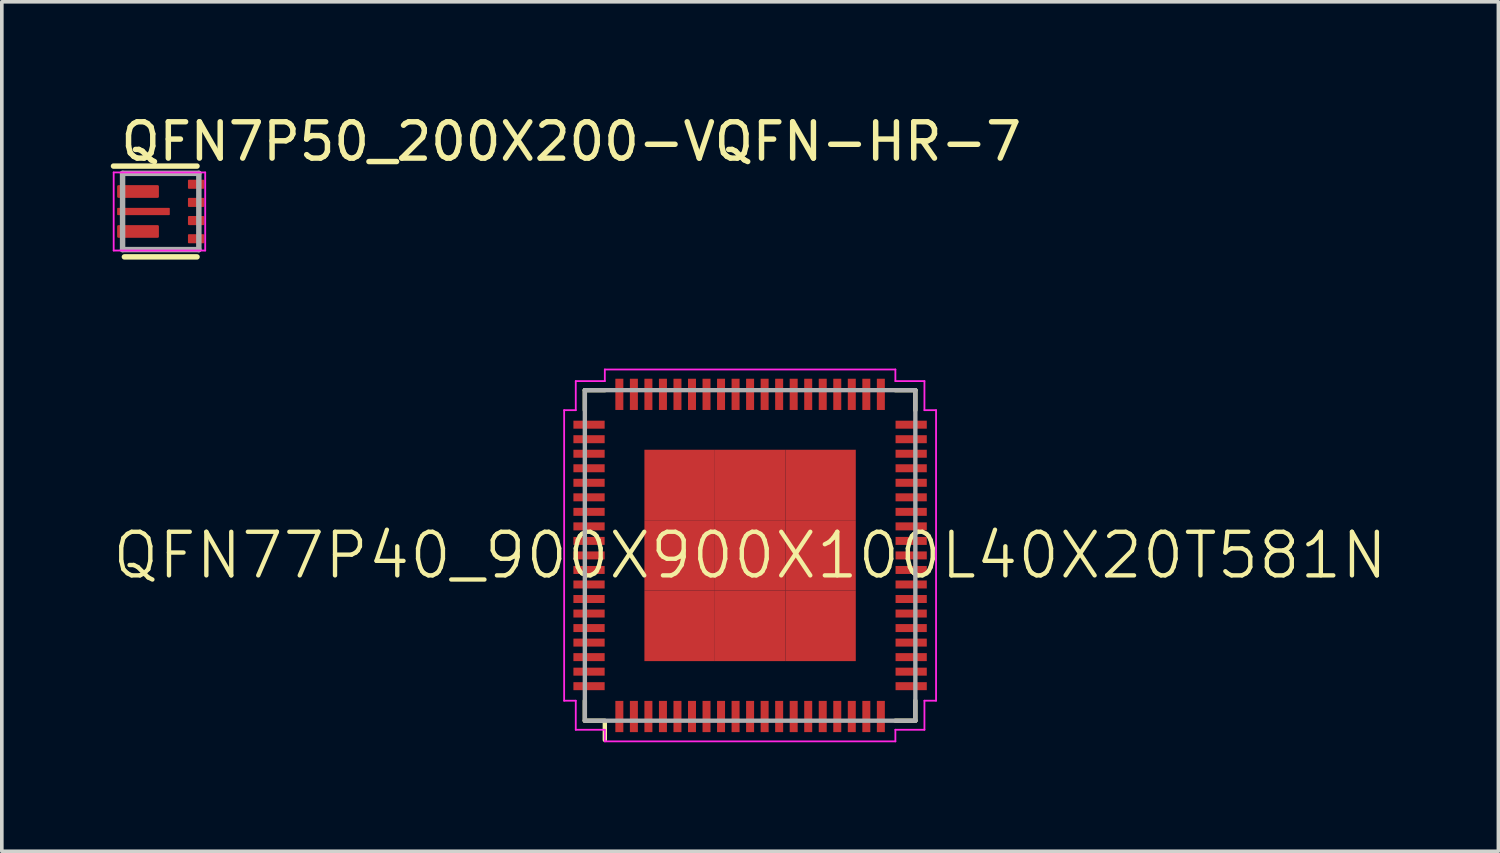
<source format=kicad_pcb>
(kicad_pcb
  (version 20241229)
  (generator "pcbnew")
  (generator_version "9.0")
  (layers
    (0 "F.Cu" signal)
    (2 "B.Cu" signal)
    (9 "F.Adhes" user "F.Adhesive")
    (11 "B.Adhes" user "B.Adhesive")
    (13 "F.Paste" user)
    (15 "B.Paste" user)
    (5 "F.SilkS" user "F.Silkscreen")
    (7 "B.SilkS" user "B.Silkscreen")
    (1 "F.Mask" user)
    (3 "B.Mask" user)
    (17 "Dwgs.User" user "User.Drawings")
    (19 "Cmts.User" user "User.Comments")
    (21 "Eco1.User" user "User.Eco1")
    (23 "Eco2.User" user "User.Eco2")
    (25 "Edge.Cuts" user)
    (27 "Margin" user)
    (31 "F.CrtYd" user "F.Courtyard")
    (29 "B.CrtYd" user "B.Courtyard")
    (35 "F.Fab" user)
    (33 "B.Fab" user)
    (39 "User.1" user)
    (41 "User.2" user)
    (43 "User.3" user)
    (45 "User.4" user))
  (footprint "QFN77P40_900X900X100L40X20T581N"
    (layer "F.Cu")
    (at 17.603 12.243)
    (property "Reference" "QFN77P40_900X900X100L40X20T581N" (at 0 0 0) (layer "F.SilkS") (effects (font (size 1.2 1.2) (thickness 0.12))))
    (attr smd)
    (fp_line (start -4.55 -4.55) (end -4.55 -4) (stroke (width 0.12) (type solid)) (layer "F.SilkS"))
    (fp_line (start -4.55 4.55) (end -4.55 4) (stroke (width 0.12) (type solid)) (layer "F.SilkS"))
    (fp_line (start -4 -4.55) (end -4.55 -4.55) (stroke (width 0.12) (type solid)) (layer "F.SilkS"))
    (fp_line (start -4 4.55) (end -4.55 4.55) (stroke (width 0.12) (type solid)) (layer "F.SilkS"))
    (fp_line (start -4 4.572) (end -4 5.08) (stroke (width 0.12) (type solid)) (layer "F.SilkS"))
    (fp_line (start 4 -4.55) (end 4.55 -4.55) (stroke (width 0.12) (type solid)) (layer "F.SilkS"))
    (fp_line (start 4 4.55) (end 4.55 4.55) (stroke (width 0.12) (type solid)) (layer "F.SilkS"))
    (fp_line (start 4.55 -4.55) (end 4.55 -4) (stroke (width 0.12) (type solid)) (layer "F.SilkS"))
    (fp_line (start 4.55 4.55) (end 4.55 4) (stroke (width 0.12) (type solid)) (layer "F.SilkS"))
    (fp_line (start -5.12 -4) (end -5.12 4) (stroke (width 0.05) (type solid)) (layer "F.CrtYd"))
    (fp_line (start -5.12 4) (end -4.8 4) (stroke (width 0.05) (type solid)) (layer "F.CrtYd"))
    (fp_line (start -4.8 -4.8) (end -4.8 -4) (stroke (width 0.05) (type solid)) (layer "F.CrtYd"))
    (fp_line (start -4.8 -4) (end -5.12 -4) (stroke (width 0.05) (type solid)) (layer "F.CrtYd"))
    (fp_line (start -4.8 4) (end -4.8 4.8) (stroke (width 0.05) (type solid)) (layer "F.CrtYd"))
    (fp_line (start -4.8 4.8) (end -4 4.8) (stroke (width 0.05) (type solid)) (layer "F.CrtYd"))
    (fp_line (start -4 -5.12) (end -4 -4.8) (stroke (width 0.05) (type solid)) (layer "F.CrtYd"))
    (fp_line (start -4 -4.8) (end -4.8 -4.8) (stroke (width 0.05) (type solid)) (layer "F.CrtYd"))
    (fp_line (start -4 4.8) (end -4 5.12) (stroke (width 0.05) (type solid)) (layer "F.CrtYd"))
    (fp_line (start -4 5.12) (end 4 5.12) (stroke (width 0.05) (type solid)) (layer "F.CrtYd"))
    (fp_line (start 4 -5.12) (end -4 -5.12) (stroke (width 0.05) (type solid)) (layer "F.CrtYd"))
    (fp_line (start 4 -4.8) (end 4 -5.12) (stroke (width 0.05) (type solid)) (layer "F.CrtYd"))
    (fp_line (start 4 4.8) (end 4.8 4.8) (stroke (width 0.05) (type solid)) (layer "F.CrtYd"))
    (fp_line (start 4 5.12) (end 4 4.8) (stroke (width 0.05) (type solid)) (layer "F.CrtYd"))
    (fp_line (start 4.8 -4.8) (end 4 -4.8) (stroke (width 0.05) (type solid)) (layer "F.CrtYd"))
    (fp_line (start 4.8 -4) (end 4.8 -4.8) (stroke (width 0.05) (type solid)) (layer "F.CrtYd"))
    (fp_line (start 4.8 4) (end 5.12 4) (stroke (width 0.05) (type solid)) (layer "F.CrtYd"))
    (fp_line (start 4.8 4.8) (end 4.8 4) (stroke (width 0.05) (type solid)) (layer "F.CrtYd"))
    (fp_line (start 5.12 -4) (end 4.8 -4) (stroke (width 0.05) (type solid)) (layer "F.CrtYd"))
    (fp_line (start 5.12 4) (end 5.12 -4) (stroke (width 0.05) (type solid)) (layer "F.CrtYd"))
    (fp_line (start -4.55 -4.55) (end 4.55 -4.55) (stroke (width 0.12) (type solid)) (layer "F.Fab"))
    (fp_line (start -4.55 4.55) (end -4.55 -4.55) (stroke (width 0.12) (type solid)) (layer "F.Fab"))
    (fp_line (start 4.55 -4.55) (end 4.55 4.55) (stroke (width 0.12) (type solid)) (layer "F.Fab"))
    (fp_line (start 4.55 4.55) (end -4.55 4.55) (stroke (width 0.12) (type solid)) (layer "F.Fab"))
    (pad "1" smd rect (at -3.6 4.435 90) (size 0.86 0.22) (layers "F.Cu" "F.Mask" "F.Paste"))
    (pad "2" smd rect (at -3.2 4.435 90) (size 0.86 0.22) (layers "F.Cu" "F.Mask" "F.Paste"))
    (pad "3" smd rect (at -2.8 4.435 90) (size 0.86 0.22) (layers "F.Cu" "F.Mask" "F.Paste"))
    (pad "4" smd rect (at -2.4 4.435 90) (size 0.86 0.22) (layers "F.Cu" "F.Mask" "F.Paste"))
    (pad "5" smd rect (at -2 4.435 90) (size 0.86 0.22) (layers "F.Cu" "F.Mask" "F.Paste"))
    (pad "6" smd rect (at -1.6 4.435 90) (size 0.86 0.22) (layers "F.Cu" "F.Mask" "F.Paste"))
    (pad "7" smd rect (at -1.2 4.435 90) (size 0.86 0.22) (layers "F.Cu" "F.Mask" "F.Paste"))
    (pad "8" smd rect (at -0.8 4.435 90) (size 0.86 0.22) (layers "F.Cu" "F.Mask" "F.Paste"))
    (pad "9" smd rect (at -0.4 4.435 90) (size 0.86 0.22) (layers "F.Cu" "F.Mask" "F.Paste"))
    (pad "10" smd rect (at 0 4.435 90) (size 0.86 0.22) (layers "F.Cu" "F.Mask" "F.Paste"))
    (pad "11" smd rect (at 0.4 4.435 90) (size 0.86 0.22) (layers "F.Cu" "F.Mask" "F.Paste"))
    (pad "12" smd rect (at 0.8 4.435 90) (size 0.86 0.22) (layers "F.Cu" "F.Mask" "F.Paste"))
    (pad "13" smd rect (at 1.2 4.435 90) (size 0.86 0.22) (layers "F.Cu" "F.Mask" "F.Paste"))
    (pad "14" smd rect (at 1.6 4.435 90) (size 0.86 0.22) (layers "F.Cu" "F.Mask" "F.Paste"))
    (pad "15" smd rect (at 2 4.435 90) (size 0.86 0.22) (layers "F.Cu" "F.Mask" "F.Paste"))
    (pad "16" smd rect (at 2.4 4.435 90) (size 0.86 0.22) (layers "F.Cu" "F.Mask" "F.Paste"))
    (pad "17" smd rect (at 2.8 4.435 90) (size 0.86 0.22) (layers "F.Cu" "F.Mask" "F.Paste"))
    (pad "18" smd rect (at 3.2 4.435 90) (size 0.86 0.22) (layers "F.Cu" "F.Mask" "F.Paste"))
    (pad "19" smd rect (at 3.6 4.435 90) (size 0.86 0.22) (layers "F.Cu" "F.Mask" "F.Paste"))
    (pad "20" smd rect (at 4.435 3.6) (size 0.86 0.22) (layers "F.Cu" "F.Mask" "F.Paste"))
    (pad "21" smd rect (at 4.435 3.2) (size 0.86 0.22) (layers "F.Cu" "F.Mask" "F.Paste"))
    (pad "22" smd rect (at 4.435 2.8) (size 0.86 0.22) (layers "F.Cu" "F.Mask" "F.Paste"))
    (pad "23" smd rect (at 4.435 2.4) (size 0.86 0.22) (layers "F.Cu" "F.Mask" "F.Paste"))
    (pad "24" smd rect (at 4.435 2) (size 0.86 0.22) (layers "F.Cu" "F.Mask" "F.Paste"))
    (pad "25" smd rect (at 4.435 1.6) (size 0.86 0.22) (layers "F.Cu" "F.Mask" "F.Paste"))
    (pad "26" smd rect (at 4.435 1.2) (size 0.86 0.22) (layers "F.Cu" "F.Mask" "F.Paste"))
    (pad "27" smd rect (at 4.435 0.8) (size 0.86 0.22) (layers "F.Cu" "F.Mask" "F.Paste"))
    (pad "28" smd rect (at 4.435 0.4) (size 0.86 0.22) (layers "F.Cu" "F.Mask" "F.Paste"))
    (pad "29" smd rect (at 4.435 0) (size 0.86 0.22) (layers "F.Cu" "F.Mask" "F.Paste"))
    (pad "30" smd rect (at 4.435 -0.4) (size 0.86 0.22) (layers "F.Cu" "F.Mask" "F.Paste"))
    (pad "31" smd rect (at 4.435 -0.8) (size 0.86 0.22) (layers "F.Cu" "F.Mask" "F.Paste"))
    (pad "32" smd rect (at 4.435 -1.2) (size 0.86 0.22) (layers "F.Cu" "F.Mask" "F.Paste"))
    (pad "33" smd rect (at 4.435 -1.6) (size 0.86 0.22) (layers "F.Cu" "F.Mask" "F.Paste"))
    (pad "34" smd rect (at 4.435 -2) (size 0.86 0.22) (layers "F.Cu" "F.Mask" "F.Paste"))
    (pad "35" smd rect (at 4.435 -2.4) (size 0.86 0.22) (layers "F.Cu" "F.Mask" "F.Paste"))
    (pad "36" smd rect (at 4.435 -2.8) (size 0.86 0.22) (layers "F.Cu" "F.Mask" "F.Paste"))
    (pad "37" smd rect (at 4.435 -3.2) (size 0.86 0.22) (layers "F.Cu" "F.Mask" "F.Paste"))
    (pad "38" smd rect (at 4.435 -3.6) (size 0.86 0.22) (layers "F.Cu" "F.Mask" "F.Paste"))
    (pad "39" smd rect (at 3.6 -4.435 90) (size 0.86 0.22) (layers "F.Cu" "F.Mask" "F.Paste"))
    (pad "40" smd rect (at 3.2 -4.435 90) (size 0.86 0.22) (layers "F.Cu" "F.Mask" "F.Paste"))
    (pad "41" smd rect (at 2.8 -4.435 90) (size 0.86 0.22) (layers "F.Cu" "F.Mask" "F.Paste"))
    (pad "42" smd rect (at 2.4 -4.435 90) (size 0.86 0.22) (layers "F.Cu" "F.Mask" "F.Paste"))
    (pad "43" smd rect (at 2 -4.435 90) (size 0.86 0.22) (layers "F.Cu" "F.Mask" "F.Paste"))
    (pad "44" smd rect (at 1.6 -4.435 90) (size 0.86 0.22) (layers "F.Cu" "F.Mask" "F.Paste"))
    (pad "45" smd rect (at 1.2 -4.435 90) (size 0.86 0.22) (layers "F.Cu" "F.Mask" "F.Paste"))
    (pad "46" smd rect (at 0.8 -4.435 90) (size 0.86 0.22) (layers "F.Cu" "F.Mask" "F.Paste"))
    (pad "47" smd rect (at 0.4 -4.435 90) (size 0.86 0.22) (layers "F.Cu" "F.Mask" "F.Paste"))
    (pad "48" smd rect (at 0 -4.435 90) (size 0.86 0.22) (layers "F.Cu" "F.Mask" "F.Paste"))
    (pad "49" smd rect (at -0.4 -4.435 90) (size 0.86 0.22) (layers "F.Cu" "F.Mask" "F.Paste"))
    (pad "50" smd rect (at -0.8 -4.435 90) (size 0.86 0.22) (layers "F.Cu" "F.Mask" "F.Paste"))
    (pad "51" smd rect (at -1.2 -4.435 90) (size 0.86 0.22) (layers "F.Cu" "F.Mask" "F.Paste"))
    (pad "52" smd rect (at -1.6 -4.435 90) (size 0.86 0.22) (layers "F.Cu" "F.Mask" "F.Paste"))
    (pad "53" smd rect (at -2 -4.435 90) (size 0.86 0.22) (layers "F.Cu" "F.Mask" "F.Paste"))
    (pad "54" smd rect (at -2.4 -4.435 90) (size 0.86 0.22) (layers "F.Cu" "F.Mask" "F.Paste"))
    (pad "55" smd rect (at -2.8 -4.435 90) (size 0.86 0.22) (layers "F.Cu" "F.Mask" "F.Paste"))
    (pad "56" smd rect (at -3.2 -4.435 90) (size 0.86 0.22) (layers "F.Cu" "F.Mask" "F.Paste"))
    (pad "57" smd rect (at -3.6 -4.435 90) (size 0.86 0.22) (layers "F.Cu" "F.Mask" "F.Paste"))
    (pad "58" smd rect (at -4.435 -3.6) (size 0.86 0.22) (layers "F.Cu" "F.Mask" "F.Paste"))
    (pad "59" smd rect (at -4.435 -3.2) (size 0.86 0.22) (layers "F.Cu" "F.Mask" "F.Paste"))
    (pad "60" smd rect (at -4.435 -2.8) (size 0.86 0.22) (layers "F.Cu" "F.Mask" "F.Paste"))
    (pad "61" smd rect (at -4.435 -2.4) (size 0.86 0.22) (layers "F.Cu" "F.Mask" "F.Paste"))
    (pad "62" smd rect (at -4.435 -2) (size 0.86 0.22) (layers "F.Cu" "F.Mask" "F.Paste"))
    (pad "63" smd rect (at -4.435 -1.6) (size 0.86 0.22) (layers "F.Cu" "F.Mask" "F.Paste"))
    (pad "64" smd rect (at -4.435 -1.2) (size 0.86 0.22) (layers "F.Cu" "F.Mask" "F.Paste"))
    (pad "65" smd rect (at -4.435 -0.8) (size 0.86 0.22) (layers "F.Cu" "F.Mask" "F.Paste"))
    (pad "66" smd rect (at -4.435 -0.4) (size 0.86 0.22) (layers "F.Cu" "F.Mask" "F.Paste"))
    (pad "67" smd rect (at -4.435 0) (size 0.86 0.22) (layers "F.Cu" "F.Mask" "F.Paste"))
    (pad "68" smd rect (at -4.435 0.4) (size 0.86 0.22) (layers "F.Cu" "F.Mask" "F.Paste"))
    (pad "69" smd rect (at -4.435 0.8) (size 0.86 0.22) (layers "F.Cu" "F.Mask" "F.Paste"))
    (pad "70" smd rect (at -4.435 1.2) (size 0.86 0.22) (layers "F.Cu" "F.Mask" "F.Paste"))
    (pad "71" smd rect (at -4.435 1.6) (size 0.86 0.22) (layers "F.Cu" "F.Mask" "F.Paste"))
    (pad "72" smd rect (at -4.435 2) (size 0.86 0.22) (layers "F.Cu" "F.Mask" "F.Paste"))
    (pad "73" smd rect (at -4.435 2.4) (size 0.86 0.22) (layers "F.Cu" "F.Mask" "F.Paste"))
    (pad "74" smd rect (at -4.435 2.8) (size 0.86 0.22) (layers "F.Cu" "F.Mask" "F.Paste"))
    (pad "75" smd rect (at -4.435 3.2) (size 0.86 0.22) (layers "F.Cu" "F.Mask" "F.Paste"))
    (pad "76" smd rect (at -4.435 3.6) (size 0.86 0.22) (layers "F.Cu" "F.Mask" "F.Paste"))
    (pad "77" smd rect (at -1.94 -1.94) (size 1.94 1.94) (layers "F.Cu" "F.Mask" "F.Paste"))
    (pad "77" smd rect (at -1.94 0) (size 1.94 1.94) (layers "F.Cu" "F.Mask" "F.Paste"))
    (pad "77" smd rect (at -1.94 1.94) (size 1.94 1.94) (layers "F.Cu" "F.Mask" "F.Paste"))
    (pad "77" smd rect (at 0 -1.94) (size 1.94 1.94) (layers "F.Cu" "F.Mask" "F.Paste"))
    (pad "77" smd rect (at 0 0) (size 1.94 1.94) (layers "F.Cu" "F.Mask" "F.Paste"))
    (pad "77" smd rect (at 0 1.94) (size 1.94 1.94) (layers "F.Cu" "F.Mask" "F.Paste"))
    (pad "77" smd rect (at 1.94 -1.94) (size 1.94 1.94) (layers "F.Cu" "F.Mask" "F.Paste"))
    (pad "77" smd rect (at 1.94 0) (size 1.94 1.94) (layers "F.Cu" "F.Mask" "F.Paste"))
    (pad "77" smd rect (at 1.94 1.94) (size 1.94 1.94) (layers "F.Cu" "F.Mask" "F.Paste")))
  (footprint "QFN7P50_200X200-VQFN-HR-7"
    (layer "F.Cu")
    (at 1.375 2.773)
    (property "Reference" "QFN7P50_200X200-VQFN-HR-7" (at -1.175 -1.925 0) (layer "F.SilkS") (effects (font (size 1 1) (thickness 0.15)) (justify left)))
    (attr through_hole)
    (fp_line (start -1.3 -1.25) (end 1 -1.25) (stroke (width 0.15) (type solid)) (layer "F.SilkS"))
    (fp_line (start -1 1.25) (end 1 1.25) (stroke (width 0.15) (type solid)) (layer "F.SilkS"))
    (fp_line (start -1.295 -1.075) (end -1.295 1.075) (stroke (width 0.05) (type solid)) (layer "F.CrtYd"))
    (fp_line (start -1.295 1.075) (end 1.225 1.075) (stroke (width 0.05) (type solid)) (layer "F.CrtYd"))
    (fp_line (start 1.225 -1.075) (end -1.295 -1.075) (stroke (width 0.05) (type solid)) (layer "F.CrtYd"))
    (fp_line (start 1.225 1.075) (end 1.225 -1.075) (stroke (width 0.05) (type solid)) (layer "F.CrtYd"))
    (fp_line (start -1.05 -1.05) (end 1.05 -1.05) (stroke (width 0.15) (type solid)) (layer "F.Fab"))
    (fp_line (start -1.05 1.05) (end -1.05 -1.05) (stroke (width 0.15) (type solid)) (layer "F.Fab"))
    (fp_line (start 1.05 -1.05) (end 1.05 1.05) (stroke (width 0.15) (type solid)) (layer "F.Fab"))
    (fp_line (start 1.05 1.05) (end -1.05 1.05) (stroke (width 0.15) (type solid)) (layer "F.Fab"))
    (pad "" smd roundrect (at -0.963 -0.55 180) (size 0.45 0.35) (layers "F.Paste") (roundrect_rratio 0.1))
    (pad "" smd roundrect (at -0.963 0.55 180) (size 0.45 0.35) (layers "F.Paste") (roundrect_rratio 0.1))
    (pad "" smd roundrect (at -0.887 0 180) (size 0.625 0.2) (layers "F.Paste") (roundrect_rratio 0.1))
    (pad "" smd roundrect (at -0.3 0.55 180) (size 0.45 0.35) (layers "F.Paste") (roundrect_rratio 0.1))
    (pad "" smd roundrect (at -0.288 -0.55 180) (size 0.45 0.35) (layers "F.Paste") (roundrect_rratio 0.1))
    (pad "" smd roundrect (at -0.062 0 180) (size 0.625 0.2) (layers "F.Paste") (roundrect_rratio 0.1))
    (pad "1" smd roundrect (at -0.625 -0.55 180) (size 1.15 0.35) (layers "F.Cu") (roundrect_rratio 0.1))
    (pad "2" smd roundrect (at -0.475 0 180) (size 1.45 0.2) (layers "F.Cu") (roundrect_rratio 0.1))
    (pad "3" smd roundrect (at -0.625 0.55 180) (size 1.15 0.35) (layers "F.Cu") (roundrect_rratio 0.1))
    (pad "4" smd roundrect (at 0.975 0.75 180) (size 0.45 0.25) (layers "F.Cu" "F.Paste") (roundrect_rratio 0.1))
    (pad "5" smd roundrect (at 0.975 0.25 180) (size 0.45 0.25) (layers "F.Cu" "F.Paste") (roundrect_rratio 0.1))
    (pad "6" smd roundrect (at 0.975 -0.25 180) (size 0.45 0.25) (layers "F.Cu" "F.Paste") (roundrect_rratio 0.1))
    (pad "7" smd roundrect (at 0.975 -0.75 180) (size 0.45 0.25) (layers "F.Cu" "F.Paste") (roundrect_rratio 0.1)))
  (gr_rect
    (start -3 -3)
    (end 38.206 20.388)
    (stroke (width 0.1) (type default))
    (fill no)
    (layer "Edge.Cuts")))
</source>
